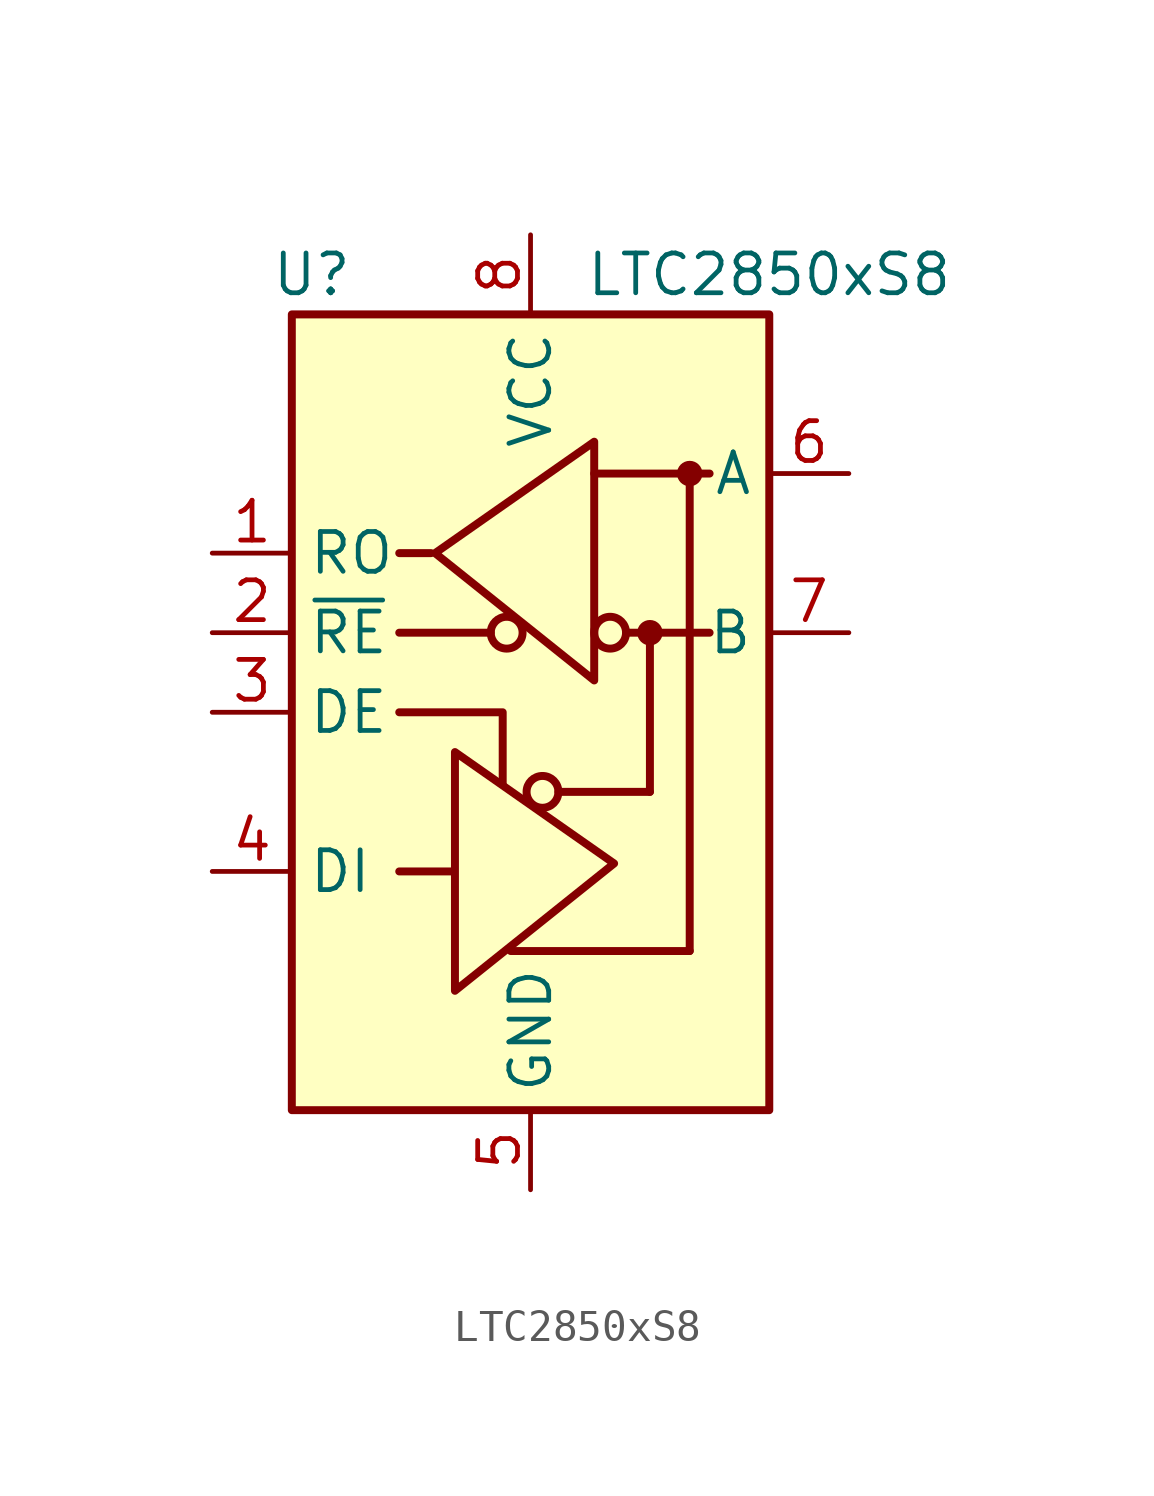
<source format=kicad_sym>
(kicad_symbol_lib
  (version 20241209)
  (generator "kicad_symbol_editor")
  (generator_version "9.0")
  (symbol "LTC2850xS8"
    (property "Reference" "U"
      (at -6.985 13.97 0)
      (effects (font (size 1.27 1.27))))
    (property "Value" "LTC2850xS8"
      (at 7.62 13.97 0)
      (effects (font (size 1.27 1.27))))
    (symbol "LTC2850xS8_0_1"
      (rectangle (start -7.62 12.7) (end 7.62 -12.7) (stroke (width 0.254) (type default)) (fill (type background)))
      (polyline (pts (xy -4.191 2.54) (xy -1.27 2.54)) (stroke (width 0.254) (type default)) (fill (type none)))
      (polyline (pts (xy -4.191 0) (xy -0.889 0) (xy -0.889 -2.286)) (stroke (width 0.254) (type default)) (fill (type none)))
      (polyline (pts (xy -3.175 5.08) (xy -4.191 5.08) (xy -4.064 5.08)) (stroke (width 0.254) (type default)) (fill (type none)))
      (polyline (pts (xy -2.54 -5.08) (xy -4.191 -5.08)) (stroke (width 0.254) (type default)) (fill (type none)))
      (polyline (pts (xy -2.413 -5.08) (xy -2.413 -1.27) (xy 2.667 -4.826) (xy -2.413 -8.89) (xy -2.413 -5.08)) (stroke (width 0.254) (type default)) (fill (type none)))
      (polyline (pts (xy -0.635 -7.62) (xy 5.08 -7.62)) (stroke (width 0.254) (type default)) (fill (type none)))
      (circle (center 0.381 -2.54) (radius 0.508) (stroke (width 0.254) (type default)) (fill (type none)))
      (polyline (pts (xy 0.889 -2.54) (xy 3.81 -2.54)) (stroke (width 0.254) (type default)) (fill (type none)))
      (polyline (pts (xy 2.032 7.62) (xy 5.715 7.62)) (stroke (width 0.254) (type default)) (fill (type none)))
      (polyline (pts (xy 3.048 2.54) (xy 5.715 2.54)) (stroke (width 0.254) (type default)) (fill (type none)))
      (circle (center 3.81 2.54) (radius 0.279) (stroke (width 0.254) (type default)) (fill (type outline)))
      (polyline (pts (xy 3.81 -2.54) (xy 3.81 2.54)) (stroke (width 0.254) (type default)) (fill (type none)))
      (polyline (pts (xy 5.08 -7.62) (xy 5.08 7.62)) (stroke (width 0.254) (type default)) (fill (type none))))
    (symbol "LTC2850xS8_1_1"
      (circle (center -0.762 2.54) (radius 0.508) (stroke (width 0.254) (type default)) (fill (type none)))
      (polyline (pts (xy 2.032 4.826) (xy 2.032 8.636) (xy -3.048 5.08) (xy 2.032 1.016) (xy 2.032 4.826)) (stroke (width 0.254) (type default)) (fill (type none)))
      (circle (center 2.54 2.54) (radius 0.508) (stroke (width 0.254) (type default)) (fill (type none)))
      (circle (center 5.08 7.62) (radius 0.279) (stroke (width 0.254) (type default)) (fill (type outline)))
      (pin output line (at -10.16 5.08 0) (length 2.54) (name "RO" (effects (font (size 1.27 1.27)))) (number "1" (effects (font (size 1.27 1.27)))))
      (pin input line (at -10.16 2.54 0) (length 2.54) (name "~{RE}" (effects (font (size 1.27 1.27)))) (number "2" (effects (font (size 1.27 1.27)))))
      (pin input line (at -10.16 0 0) (length 2.54) (name "DE" (effects (font (size 1.27 1.27)))) (number "3" (effects (font (size 1.27 1.27)))))
      (pin input line (at -10.16 -5.08 0) (length 2.54) (name "DI" (effects (font (size 1.27 1.27)))) (number "4" (effects (font (size 1.27 1.27)))))
      (pin power_in line (at 0 15.24 270) (length 2.54) (name "VCC" (effects (font (size 1.27 1.27)))) (number "8" (effects (font (size 1.27 1.27)))))
      (pin power_in line (at 0 -15.24 90) (length 2.54) (name "GND" (effects (font (size 1.27 1.27)))) (number "5" (effects (font (size 1.27 1.27)))))
      (pin power_in line (at 0 -15.24 90) (length 2.54) (hide yes) (name "GND" (effects (font (size 1.27 1.27)))) (number "9" (effects (font (size 1.27 1.27)))))
      (pin bidirectional line (at 10.16 7.62 180) (length 2.54) (name "A" (effects (font (size 1.27 1.27)))) (number "6" (effects (font (size 1.27 1.27)))))
      (pin bidirectional line (at 10.16 2.54 180) (length 2.54) (name "B" (effects (font (size 1.27 1.27)))) (number "7" (effects (font (size 1.27 1.27))))))))
</source>
